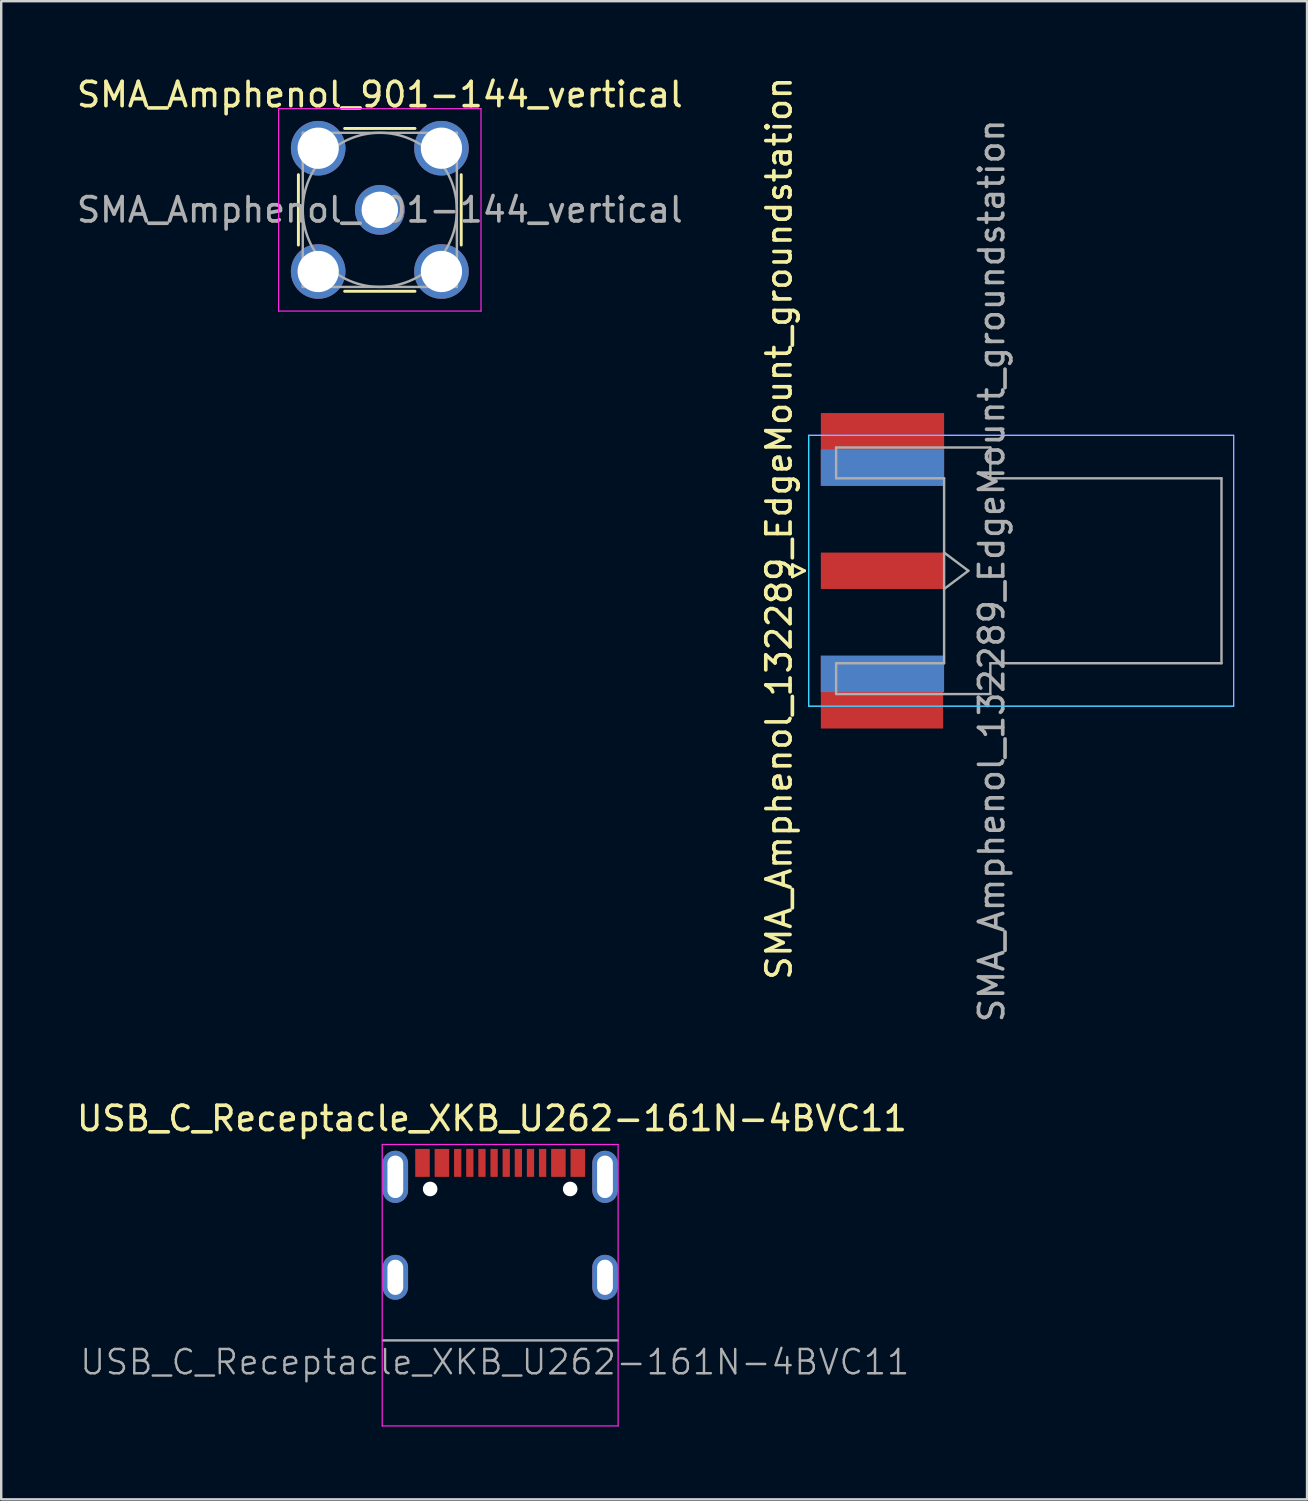
<source format=kicad_pcb>
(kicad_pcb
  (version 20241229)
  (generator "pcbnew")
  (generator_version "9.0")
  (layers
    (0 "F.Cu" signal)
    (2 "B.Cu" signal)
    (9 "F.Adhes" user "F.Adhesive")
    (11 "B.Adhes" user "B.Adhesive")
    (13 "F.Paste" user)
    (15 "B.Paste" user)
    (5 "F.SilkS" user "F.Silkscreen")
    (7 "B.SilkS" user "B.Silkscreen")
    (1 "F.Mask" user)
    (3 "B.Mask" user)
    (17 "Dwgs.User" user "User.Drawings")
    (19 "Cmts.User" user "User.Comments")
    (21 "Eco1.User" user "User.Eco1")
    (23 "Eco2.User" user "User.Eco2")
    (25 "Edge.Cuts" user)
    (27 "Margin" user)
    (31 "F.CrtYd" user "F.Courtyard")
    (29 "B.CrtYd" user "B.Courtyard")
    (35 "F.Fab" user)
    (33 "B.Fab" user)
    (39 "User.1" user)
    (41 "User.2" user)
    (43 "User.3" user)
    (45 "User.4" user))
  (footprint "USB_C_Receptacle_XKB_U262-161N-4BVC11"
    (layer "F.Cu")
    (at 17.06 49.979)
    (property "Reference" "USB_C_Receptacle_XKB_U262-161N-4BVC11" (at 0.16 -6.94 0) (layer "F.SilkS") (effects (font (size 1 1) (thickness 0.15))))
    (attr through_hole)
    (fp_line (start -4.36 -5.87) (end 5.36 -5.87) (stroke (width 0.05) (type solid)) (layer "F.CrtYd"))
    (fp_line (start -4.36 5.73) (end -4.36 -5.87) (stroke (width 0.05) (type solid)) (layer "F.CrtYd"))
    (fp_line (start 5.36 -5.87) (end 5.36 5.73) (stroke (width 0.05) (type solid)) (layer "F.CrtYd"))
    (fp_line (start 5.36 5.73) (end -4.36 5.73) (stroke (width 0.05) (type solid)) (layer "F.CrtYd"))
    (fp_line (start -4.33 2.205) (end 5.35 2.205) (stroke (width 0.1) (type solid)) (layer "F.Fab"))
    (fp_text user "${REFERENCE}" (at 0.28 3.1 0) (layer "F.Fab") (effects (font (size 1 1) (thickness 0.1))))
    (pad "" np_thru_hole circle (at -2.385 -4.035) (size 0.6 0.6) (drill 0.65) (layers "*.Cu" "*.Mask"))
    (pad "" np_thru_hole circle (at 3.385 -4.035) (size 0.6 0.6) (drill 0.65) (layers "*.Cu" "*.Mask"))
    (pad "A1" smd rect (at -2.7 -5.11) (size 0.6 1.15) (layers "F.Cu" "F.Mask" "F.Paste"))
    (pad "A4" smd rect (at -1.9 -5.11) (size 0.6 1.15) (layers "F.Cu" "F.Mask" "F.Paste"))
    (pad "A5" smd rect (at -0.75 -5.11) (size 0.3 1.15) (layers "F.Cu" "F.Mask" "F.Paste"))
    (pad "A6" smd rect (at 0.25 -5.11) (size 0.3 1.15) (layers "F.Cu" "F.Mask" "F.Paste"))
    (pad "A7" smd rect (at 0.75 -5.11) (size 0.3 1.15) (layers "F.Cu" "F.Mask" "F.Paste"))
    (pad "A8" smd rect (at 1.75 -5.11) (size 0.3 1.15) (layers "F.Cu" "F.Mask" "F.Paste"))
    (pad "A9" smd rect (at 2.9 -5.11) (size 0.6 1.15) (layers "F.Cu" "F.Mask" "F.Paste"))
    (pad "A12" smd rect (at 3.7 -5.11) (size 0.6 1.15) (layers "F.Cu" "F.Mask" "F.Paste"))
    (pad "B5" smd rect (at 2.25 -5.11) (size 0.3 1.15) (layers "F.Cu" "F.Mask" "F.Paste"))
    (pad "B6" smd rect (at 1.25 -5.11) (size 0.3 1.15) (layers "F.Cu" "F.Mask" "F.Paste"))
    (pad "B7" smd rect (at -0.25 -5.11) (size 0.3 1.15) (layers "F.Cu" "F.Mask" "F.Paste"))
    (pad "B8" smd rect (at -1.25 -5.11) (size 0.3 1.15) (layers "F.Cu" "F.Mask" "F.Paste"))
    (pad "S1" thru_hole oval (at -3.82 -4.535) (size 1.05 2.15) (drill oval 0.65 1.75) (layers "*.Cu" "*.Mask"))
    (pad "S1" thru_hole oval (at -3.82 -0.395) (size 1.05 1.85) (drill oval 0.65 1.45) (layers "*.Cu" "*.Mask"))
    (pad "S1" thru_hole oval (at 4.82 -4.535) (size 1.05 2.15) (drill oval 0.65 1.75) (layers "*.Cu" "*.Mask"))
    (pad "S1" thru_hole oval (at 4.82 -0.395) (size 1.05 1.85) (drill oval 0.65 1.45) (layers "*.Cu" "*.Mask")))
  (footprint "SMA_Amphenol_901-144_vertical"
    (layer "F.Cu")
    (at 12.601 5.598)
    (property "Reference" "SMA_Amphenol_901-144_vertical" (at 0 -4.75 0) (layer "F.SilkS") (effects (font (size 1 1) (thickness 0.15))))
    (attr through_hole)
    (fp_line (start -3.355 -1.45) (end -3.355 1.45) (stroke (width 0.12) (type solid)) (layer "F.SilkS"))
    (fp_line (start -1.45 -3.355) (end 1.45 -3.355) (stroke (width 0.12) (type solid)) (layer "F.SilkS"))
    (fp_line (start -1.45 3.355) (end 1.45 3.355) (stroke (width 0.12) (type solid)) (layer "F.SilkS"))
    (fp_line (start 3.355 -1.45) (end 3.355 1.45) (stroke (width 0.12) (type solid)) (layer "F.SilkS"))
    (fp_line (start -4.17 -4.17) (end -4.17 4.17) (stroke (width 0.05) (type solid)) (layer "F.CrtYd"))
    (fp_line (start -4.17 -4.17) (end 4.17 -4.17) (stroke (width 0.05) (type solid)) (layer "F.CrtYd"))
    (fp_line (start 4.17 4.17) (end -4.17 4.17) (stroke (width 0.05) (type solid)) (layer "F.CrtYd"))
    (fp_line (start 4.17 4.17) (end 4.17 -4.17) (stroke (width 0.05) (type solid)) (layer "F.CrtYd"))
    (fp_line (start -3.175 -3.175) (end -3.175 3.175) (stroke (width 0.1) (type solid)) (layer "F.Fab"))
    (fp_line (start -3.175 -3.175) (end 3.175 -3.175) (stroke (width 0.1) (type solid)) (layer "F.Fab"))
    (fp_line (start -3.175 3.175) (end 3.175 3.175) (stroke (width 0.1) (type solid)) (layer "F.Fab"))
    (fp_line (start 3.175 -3.175) (end 3.175 3.175) (stroke (width 0.1) (type solid)) (layer "F.Fab"))
    (fp_circle (center 0 0) (end 3.175 0) (stroke (width 0.1) (type solid)) (fill no) (layer "F.Fab"))
    (fp_text user "${REFERENCE}" (at 0 0 0) (layer "F.Fab") (effects (font (size 1 1) (thickness 0.15))))
    (pad "1" thru_hole circle (at 0 0) (size 2.05 2.05) (drill 1.5) (layers "*.Cu" "*.Mask"))
    (pad "2" thru_hole circle (at -2.54 -2.54) (size 2.25 2.25) (drill 1.7) (layers "*.Cu" "*.Mask"))
    (pad "2" thru_hole circle (at -2.54 2.54) (size 2.25 2.25) (drill 1.7) (layers "*.Cu" "*.Mask"))
    (pad "2" thru_hole circle (at 2.54 -2.54) (size 2.25 2.25) (drill 1.7) (layers "*.Cu" "*.Mask"))
    (pad "2" thru_hole circle (at 2.54 2.54) (size 2.25 2.25) (drill 1.7) (layers "*.Cu" "*.Mask")))
  (footprint "SMA_Amphenol_132289_EdgeMount_groundstation"
    (layer "F.Cu")
    (at 33.314 20.47)
    (property "Reference" "SMA_Amphenol_132289_EdgeMount_groundstation" (at -4.263 -1.75 270) (layer "F.SilkS") (effects (font (size 1 1) (thickness 0.15))))
    (attr smd)
    (fp_line (start -3.71 -0.25) (end -3.71 0.25) (stroke (width 0.12) (type solid)) (layer "F.SilkS"))
    (fp_line (start -3.71 0.25) (end -3.21 0) (stroke (width 0.12) (type solid)) (layer "F.SilkS"))
    (fp_line (start -3.21 0) (end -3.71 -0.25) (stroke (width 0.12) (type solid)) (layer "F.SilkS"))
    (fp_line (start -3.04 5.58) (end -3.04 -5.58) (stroke (width 0.05) (type solid)) (layer "B.CrtYd"))
    (fp_line (start 14.47 -5.58) (end -3.04 -5.58) (stroke (width 0.05) (type solid)) (layer "B.CrtYd"))
    (fp_line (start 14.47 -5.58) (end 14.47 5.58) (stroke (width 0.05) (type solid)) (layer "B.CrtYd"))
    (fp_line (start 14.47 5.58) (end -3.04 5.58) (stroke (width 0.05) (type solid)) (layer "B.CrtYd"))
    (fp_line (start -3.04 5.58) (end -3.04 -5.58) (stroke (width 0.05) (type solid)) (layer "F.CrtYd"))
    (fp_line (start 14.47 -5.58) (end -3.04 -5.58) (stroke (width 0.05) (type solid)) (layer "F.CrtYd"))
    (fp_line (start 14.47 -5.58) (end 14.47 5.58) (stroke (width 0.05) (type solid)) (layer "F.CrtYd"))
    (fp_line (start 14.47 5.58) (end -3.04 5.58) (stroke (width 0.05) (type solid)) (layer "F.CrtYd"))
    (fp_line (start -1.91 -5.08) (end -1.91 -3.81) (stroke (width 0.1) (type solid)) (layer "F.Fab"))
    (fp_line (start -1.91 -5.08) (end 4.445 -5.08) (stroke (width 0.1) (type solid)) (layer "F.Fab"))
    (fp_line (start -1.91 -3.81) (end 2.54 -3.81) (stroke (width 0.1) (type solid)) (layer "F.Fab"))
    (fp_line (start -1.91 3.81) (end -1.91 5.08) (stroke (width 0.1) (type solid)) (layer "F.Fab"))
    (fp_line (start -1.91 5.08) (end 4.445 5.08) (stroke (width 0.1) (type solid)) (layer "F.Fab"))
    (fp_line (start 2.54 -3.81) (end 2.54 3.81) (stroke (width 0.1) (type solid)) (layer "F.Fab"))
    (fp_line (start 2.54 -0.75) (end 3.54 0) (stroke (width 0.1) (type solid)) (layer "F.Fab"))
    (fp_line (start 2.54 3.81) (end -1.91 3.81) (stroke (width 0.1) (type solid)) (layer "F.Fab"))
    (fp_line (start 3.54 0) (end 2.54 0.75) (stroke (width 0.1) (type solid)) (layer "F.Fab"))
    (fp_line (start 4.445 -3.81) (end 4.445 -5.08) (stroke (width 0.1) (type solid)) (layer "F.Fab"))
    (fp_line (start 4.445 -3.81) (end 13.97 -3.81) (stroke (width 0.1) (type solid)) (layer "F.Fab"))
    (fp_line (start 4.445 5.08) (end 4.445 3.81) (stroke (width 0.1) (type solid)) (layer "F.Fab"))
    (fp_line (start 13.97 -3.81) (end 13.97 3.81) (stroke (width 0.1) (type solid)) (layer "F.Fab"))
    (fp_line (start 13.97 3.81) (end 4.445 3.81) (stroke (width 0.1) (type solid)) (layer "F.Fab"))
    (fp_text user "${REFERENCE}" (at 4.5 0 270) (layer "F.Fab") (effects (font (size 1 1) (thickness 0.15))))
    (pad "1" smd rect (at 0 0 90) (size 1.5 5.08) (layers "F.Cu" "F.Mask" "F.Paste"))
    (pad "2" smd rect (at -0.02 5 90) (size 3 5.04) (layers "F.Cu" "F.Mask" "F.Paste"))
    (pad "2" smd rect (at 0 -5 90) (size 3 5.08) (layers "F.Cu" "F.Mask" "F.Paste"))
    (pad "2" smd rect (at 0 -4.25 90) (size 1.5 5.08) (layers "B.Cu" "B.Mask" "B.Paste"))
    (pad "2" smd rect (at 0 4.25 90) (size 1.5 5.08) (layers "B.Cu" "B.Mask" "B.Paste")))
  (gr_rect
    (start -3 -3)
    (end 50.809 58.734)
    (stroke (width 0.1) (type default))
    (fill no)
    (layer "Edge.Cuts")))
</source>
